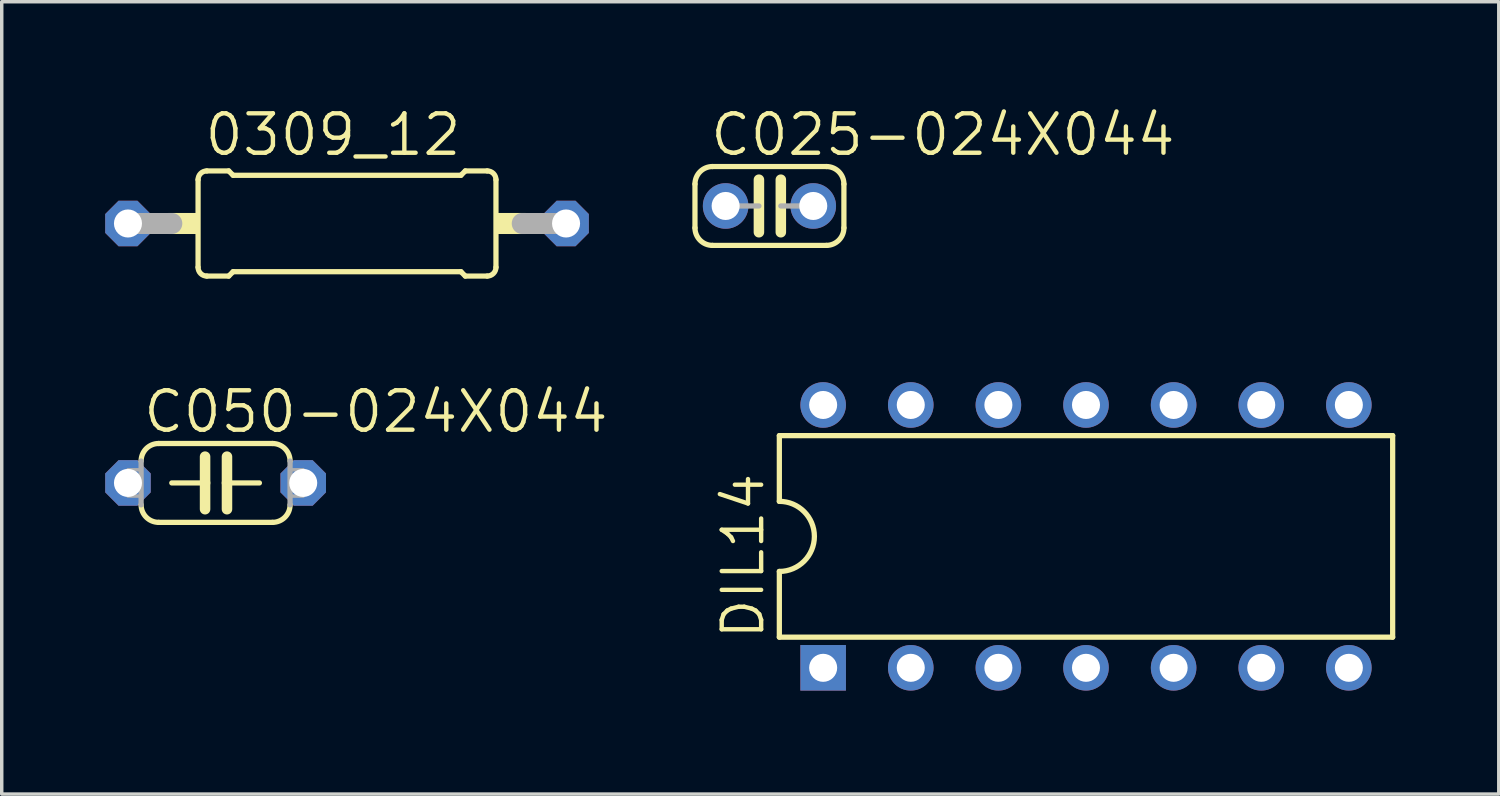
<source format=kicad_pcb>
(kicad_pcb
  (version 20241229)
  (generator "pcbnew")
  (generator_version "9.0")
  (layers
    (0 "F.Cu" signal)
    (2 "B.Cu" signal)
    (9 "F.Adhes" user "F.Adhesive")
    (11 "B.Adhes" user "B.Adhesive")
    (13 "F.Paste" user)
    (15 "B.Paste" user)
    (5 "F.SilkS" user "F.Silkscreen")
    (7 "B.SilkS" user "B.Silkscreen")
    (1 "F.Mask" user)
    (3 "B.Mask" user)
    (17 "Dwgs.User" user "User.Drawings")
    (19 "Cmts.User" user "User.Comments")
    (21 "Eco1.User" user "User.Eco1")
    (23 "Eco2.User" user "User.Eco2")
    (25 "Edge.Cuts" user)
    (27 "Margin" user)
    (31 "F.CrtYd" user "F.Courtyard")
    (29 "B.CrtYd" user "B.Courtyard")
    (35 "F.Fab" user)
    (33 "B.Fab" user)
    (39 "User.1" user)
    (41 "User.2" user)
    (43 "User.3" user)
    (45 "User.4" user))
  (footprint "C050-024X044"
    (layer "F.Cu")
    (at 3.2 10.95)
    (property "Reference" "C050-024X044" (at -2.159 -1.397 0) (layer "F.SilkS") (effects (font (size 1.143 1.143) (thickness 0.127)) (justify left bottom)))
    (fp_line (start -1.27 0) (end -0.305 0) (stroke (width 0.152) (type solid)) (layer "F.SilkS"))
    (fp_line (start -0.305 -0.762) (end -0.305 0) (stroke (width 0.305) (type solid)) (layer "F.SilkS"))
    (fp_line (start -0.305 0) (end -0.305 0.762) (stroke (width 0.305) (type solid)) (layer "F.SilkS"))
    (fp_line (start 0.33 -0.762) (end 0.33 0) (stroke (width 0.305) (type solid)) (layer "F.SilkS"))
    (fp_line (start 0.33 0) (end 0.33 0.762) (stroke (width 0.305) (type solid)) (layer "F.SilkS"))
    (fp_line (start 1.27 0) (end 0.33 0) (stroke (width 0.152) (type solid)) (layer "F.SilkS"))
    (fp_line (start 1.651 -1.143) (end -1.651 -1.143) (stroke (width 0.152) (type solid)) (layer "F.SilkS"))
    (fp_line (start 1.651 1.143) (end -1.651 1.143) (stroke (width 0.152) (type solid)) (layer "F.SilkS"))
    (fp_arc (start -2.159 -0.635) (mid -2.01021 -0.99421) (end -1.651 -1.143) (stroke (width 0.1524) (type solid)) (layer "F.SilkS"))
    (fp_arc (start -1.651 1.143) (mid -2.01021 0.99421) (end -2.159 0.635) (stroke (width 0.1524) (type solid)) (layer "F.SilkS"))
    (fp_arc (start 1.651 -1.143) (mid 2.01021 -0.99421) (end 2.159 -0.635) (stroke (width 0.1524) (type solid)) (layer "F.SilkS"))
    (fp_arc (start 2.159 0.635) (mid 2.01021 0.99421) (end 1.651 1.143) (stroke (width 0.1524) (type solid)) (layer "F.SilkS"))
    (fp_line (start -2.159 0.635) (end -2.159 -0.635) (stroke (width 0.152) (type solid)) (layer "F.Fab"))
    (fp_line (start 2.159 0.635) (end 2.159 -0.635) (stroke (width 0.152) (type solid)) (layer "F.Fab"))
    (fp_poly (pts (xy -2.54 0.381) (xy -2.159 0.381) (xy -2.159 -0.381) (xy -2.54 -0.381)) (stroke (width 0.1) (type solid)) (fill no) (layer "F.Fab"))
    (fp_poly (pts (xy 2.159 0.381) (xy 2.54 0.381) (xy 2.54 -0.381) (xy 2.159 -0.381)) (stroke (width 0.1) (type solid)) (fill no) (layer "F.Fab"))
    (pad "1" thru_hole roundrect (at -2.54 0) (size 1.321 1.321) (drill 0.813) (layers "*.Cu" "*.Mask") (roundrect_rratio 0.25) (chamfer_ratio 0.293) (chamfer top_left top_right bottom_left bottom_right))
    (pad "2" thru_hole roundrect (at 2.54 0) (size 1.321 1.321) (drill 0.813) (layers "*.Cu" "*.Mask") (roundrect_rratio 0.25) (chamfer_ratio 0.293) (chamfer top_left top_right bottom_left bottom_right)))
  (footprint "C025-024X044"
    (layer "F.Cu")
    (at 19.256 2.921)
    (property "Reference" "C025-024X044" (at -1.778 -1.397 0) (layer "F.SilkS") (effects (font (size 1.143 1.143) (thickness 0.127)) (justify left bottom)))
    (fp_line (start -2.159 0.635) (end -2.159 -0.635) (stroke (width 0.152) (type solid)) (layer "F.SilkS"))
    (fp_line (start -0.305 -0.762) (end -0.305 0.762) (stroke (width 0.305) (type solid)) (layer "F.SilkS"))
    (fp_line (start 0.33 -0.762) (end 0.33 0.762) (stroke (width 0.305) (type solid)) (layer "F.SilkS"))
    (fp_line (start 1.651 -1.143) (end -1.651 -1.143) (stroke (width 0.152) (type solid)) (layer "F.SilkS"))
    (fp_line (start 1.651 1.143) (end -1.651 1.143) (stroke (width 0.152) (type solid)) (layer "F.SilkS"))
    (fp_line (start 2.159 0.635) (end 2.159 -0.635) (stroke (width 0.152) (type solid)) (layer "F.SilkS"))
    (fp_arc (start -2.159 -0.635) (mid -2.01021 -0.99421) (end -1.651 -1.143) (stroke (width 0.1524) (type solid)) (layer "F.SilkS"))
    (fp_arc (start -1.651 1.143) (mid -2.01021 0.99421) (end -2.159 0.635) (stroke (width 0.1524) (type solid)) (layer "F.SilkS"))
    (fp_arc (start 1.651 -1.143) (mid 2.01021 -0.99421) (end 2.159 -0.635) (stroke (width 0.1524) (type solid)) (layer "F.SilkS"))
    (fp_arc (start 2.159 0.635) (mid 2.01021 0.99421) (end 1.651 1.143) (stroke (width 0.1524) (type solid)) (layer "F.SilkS"))
    (fp_line (start -1.27 0) (end -0.305 0) (stroke (width 0.152) (type solid)) (layer "F.Fab"))
    (fp_line (start 1.27 0) (end 0.33 0) (stroke (width 0.152) (type solid)) (layer "F.Fab"))
    (pad "1" thru_hole circle (at -1.27 0) (size 1.321 1.321) (drill 0.813) (layers "*.Cu" "*.Mask"))
    (pad "2" thru_hole circle (at 1.27 0) (size 1.321 1.321) (drill 0.813) (layers "*.Cu" "*.Mask")))
  (footprint "0309_12"
    (layer "F.Cu")
    (at 7.01 3.429)
    (property "Reference" "0309_12" (at -4.191 -1.905 0) (layer "F.SilkS") (effects (font (size 1.143 1.143) (thickness 0.127)) (justify left bottom)))
    (fp_line (start -4.318 1.27) (end -4.318 -1.27) (stroke (width 0.152) (type solid)) (layer "F.SilkS"))
    (fp_line (start -4.064 -1.524) (end -3.429 -1.524) (stroke (width 0.152) (type solid)) (layer "F.SilkS"))
    (fp_line (start -4.064 1.524) (end -3.429 1.524) (stroke (width 0.152) (type solid)) (layer "F.SilkS"))
    (fp_line (start -3.302 -1.397) (end -3.429 -1.524) (stroke (width 0.152) (type solid)) (layer "F.SilkS"))
    (fp_line (start -3.302 1.397) (end -3.429 1.524) (stroke (width 0.152) (type solid)) (layer "F.SilkS"))
    (fp_line (start 3.302 -1.397) (end -3.302 -1.397) (stroke (width 0.152) (type solid)) (layer "F.SilkS"))
    (fp_line (start 3.302 -1.397) (end 3.429 -1.524) (stroke (width 0.152) (type solid)) (layer "F.SilkS"))
    (fp_line (start 3.302 1.397) (end -3.302 1.397) (stroke (width 0.152) (type solid)) (layer "F.SilkS"))
    (fp_line (start 3.302 1.397) (end 3.429 1.524) (stroke (width 0.152) (type solid)) (layer "F.SilkS"))
    (fp_line (start 4.064 -1.524) (end 3.429 -1.524) (stroke (width 0.152) (type solid)) (layer "F.SilkS"))
    (fp_line (start 4.064 1.524) (end 3.429 1.524) (stroke (width 0.152) (type solid)) (layer "F.SilkS"))
    (fp_line (start 4.318 1.27) (end 4.318 -1.27) (stroke (width 0.152) (type solid)) (layer "F.SilkS"))
    (fp_arc (start -4.318 -1.27) (mid -4.243605 -1.449605) (end -4.064 -1.524) (stroke (width 0.1524) (type solid)) (layer "F.SilkS"))
    (fp_arc (start -4.064 1.524) (mid -4.243605 1.449605) (end -4.318 1.27) (stroke (width 0.1524) (type solid)) (layer "F.SilkS"))
    (fp_arc (start 4.064 -1.524) (mid 4.243605 -1.449605) (end 4.318 -1.27) (stroke (width 0.1524) (type solid)) (layer "F.SilkS"))
    (fp_arc (start 4.318 1.27) (mid 4.243605 1.449605) (end 4.064 1.524) (stroke (width 0.1524) (type solid)) (layer "F.SilkS"))
    (fp_poly (pts (xy -5.182 0.305) (xy -4.318 0.305) (xy -4.318 -0.305) (xy -5.182 -0.305)) (stroke (width 0) (type solid)) (fill yes) (layer "F.SilkS"))
    (fp_poly (pts (xy 4.318 0.305) (xy 5.182 0.305) (xy 5.182 -0.305) (xy 4.318 -0.305)) (stroke (width 0) (type solid)) (fill yes) (layer "F.SilkS"))
    (fp_line (start -6.35 0) (end -5.08 0) (stroke (width 0.61) (type solid)) (layer "F.Fab"))
    (fp_line (start 6.35 0) (end 5.08 0) (stroke (width 0.61) (type solid)) (layer "F.Fab"))
    (pad "1" thru_hole roundrect (at -6.35 0) (size 1.321 1.321) (drill 0.813) (layers "*.Cu" "*.Mask") (roundrect_rratio 0.25) (chamfer_ratio 0.293) (chamfer top_left top_right bottom_left bottom_right))
    (pad "2" thru_hole roundrect (at 6.35 0) (size 1.321 1.321) (drill 0.813) (layers "*.Cu" "*.Mask") (roundrect_rratio 0.25) (chamfer_ratio 0.293) (chamfer top_left top_right bottom_left bottom_right)))
  (footprint "DIL14"
    (layer "F.Cu")
    (at 28.433 12.5)
    (property "Reference" "DIL14" (at -9.271 3.048 90) (layer "F.SilkS") (effects (font (size 1.143 1.143) (thickness 0.127)) (justify left bottom)))
    (fp_line (start -8.89 -2.921) (end -8.89 -1.016) (stroke (width 0.152) (type solid)) (layer "F.SilkS"))
    (fp_line (start -8.89 2.921) (end -8.89 1.016) (stroke (width 0.152) (type solid)) (layer "F.SilkS"))
    (fp_line (start -8.89 2.921) (end 8.89 2.921) (stroke (width 0.152) (type solid)) (layer "F.SilkS"))
    (fp_line (start 8.89 -2.921) (end -8.89 -2.921) (stroke (width 0.152) (type solid)) (layer "F.SilkS"))
    (fp_line (start 8.89 -2.921) (end 8.89 2.921) (stroke (width 0.152) (type solid)) (layer "F.SilkS"))
    (fp_arc (start -8.89 -1.016) (mid -7.874 0) (end -8.89 1.016) (stroke (width 0.1524) (type solid)) (layer "F.SilkS"))
    (pad "1" thru_hole rect (at -7.62 3.81 90) (size 1.321 1.321) (drill 0.813) (layers "*.Cu" "*.Mask"))
    (pad "2" thru_hole circle (at -5.08 3.81 90) (size 1.321 1.321) (drill 0.813) (layers "*.Cu" "*.Mask"))
    (pad "3" thru_hole circle (at -2.54 3.81 90) (size 1.321 1.321) (drill 0.813) (layers "*.Cu" "*.Mask"))
    (pad "4" thru_hole circle (at 0 3.81 90) (size 1.321 1.321) (drill 0.813) (layers "*.Cu" "*.Mask"))
    (pad "5" thru_hole circle (at 2.54 3.81 90) (size 1.321 1.321) (drill 0.813) (layers "*.Cu" "*.Mask"))
    (pad "6" thru_hole circle (at 5.08 3.81 90) (size 1.321 1.321) (drill 0.813) (layers "*.Cu" "*.Mask"))
    (pad "7" thru_hole circle (at 7.62 3.81 90) (size 1.321 1.321) (drill 0.813) (layers "*.Cu" "*.Mask"))
    (pad "8" thru_hole circle (at 7.62 -3.81 90) (size 1.321 1.321) (drill 0.813) (layers "*.Cu" "*.Mask"))
    (pad "9" thru_hole circle (at 5.08 -3.81 90) (size 1.321 1.321) (drill 0.813) (layers "*.Cu" "*.Mask"))
    (pad "10" thru_hole circle (at 2.54 -3.81 90) (size 1.321 1.321) (drill 0.813) (layers "*.Cu" "*.Mask"))
    (pad "11" thru_hole circle (at 0 -3.81 90) (size 1.321 1.321) (drill 0.813) (layers "*.Cu" "*.Mask"))
    (pad "12" thru_hole circle (at -2.54 -3.81 90) (size 1.321 1.321) (drill 0.813) (layers "*.Cu" "*.Mask"))
    (pad "13" thru_hole circle (at -5.08 -3.81 90) (size 1.321 1.321) (drill 0.813) (layers "*.Cu" "*.Mask"))
    (pad "14" thru_hole circle (at -7.62 -3.81 90) (size 1.321 1.321) (drill 0.813) (layers "*.Cu" "*.Mask")))
  (gr_rect
    (start -3 -3)
    (end 40.399 19.97)
    (stroke (width 0.1) (type default))
    (fill no)
    (layer "Edge.Cuts")))
</source>
